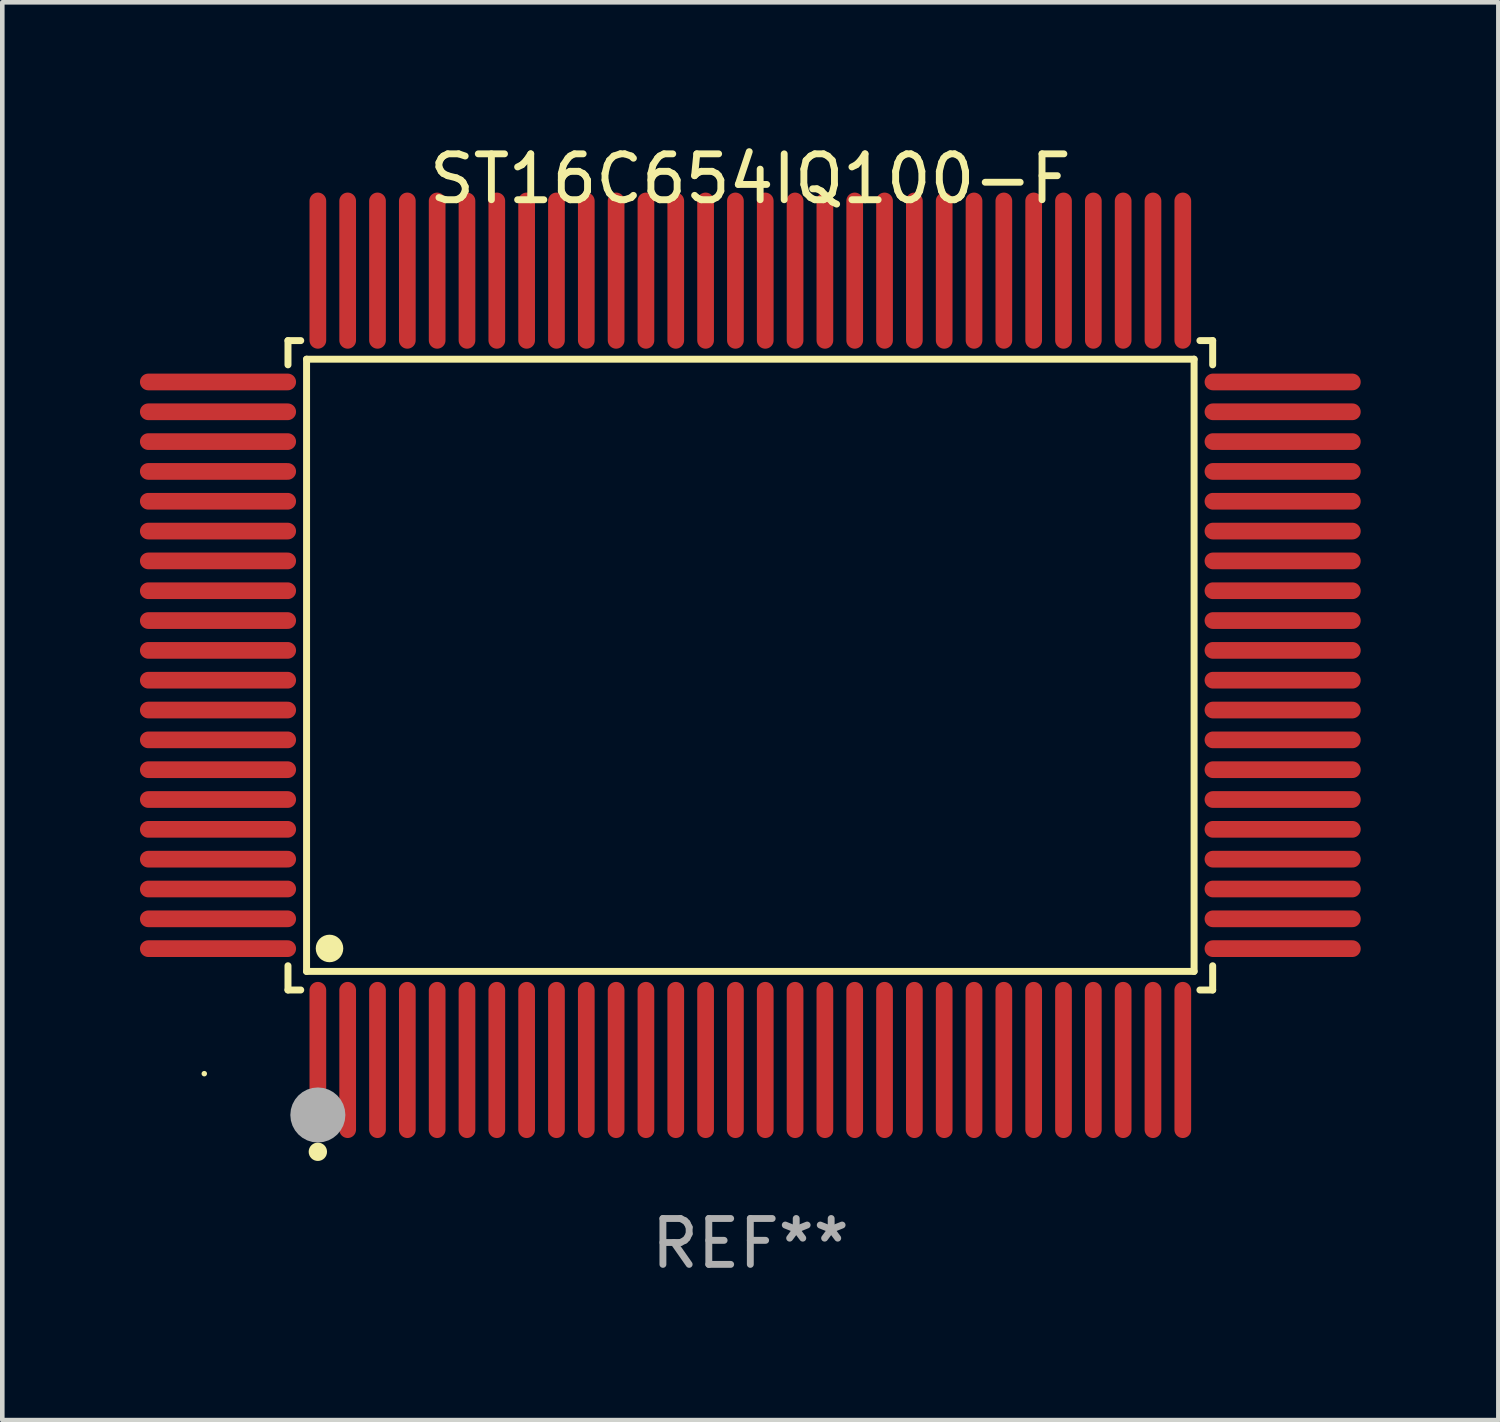
<source format=kicad_pcb>
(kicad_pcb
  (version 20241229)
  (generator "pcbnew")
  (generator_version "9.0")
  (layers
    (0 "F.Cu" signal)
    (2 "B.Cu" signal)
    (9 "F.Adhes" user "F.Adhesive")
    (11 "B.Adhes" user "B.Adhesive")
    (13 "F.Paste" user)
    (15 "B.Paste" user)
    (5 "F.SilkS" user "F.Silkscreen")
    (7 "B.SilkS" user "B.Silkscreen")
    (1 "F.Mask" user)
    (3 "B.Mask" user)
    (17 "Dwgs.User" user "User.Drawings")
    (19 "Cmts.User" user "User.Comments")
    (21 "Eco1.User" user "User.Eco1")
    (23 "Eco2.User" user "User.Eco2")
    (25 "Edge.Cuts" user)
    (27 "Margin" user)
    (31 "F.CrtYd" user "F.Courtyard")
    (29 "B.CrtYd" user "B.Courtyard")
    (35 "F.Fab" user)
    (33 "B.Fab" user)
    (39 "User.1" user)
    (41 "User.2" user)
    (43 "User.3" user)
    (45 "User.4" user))
  (footprint "ST16C654IQ100-F"
    (layer "F.Cu")
    (at 13.302 11.449)
    (property "Reference" "ST16C654IQ100-F" (at 0 -10.601 0) (layer "F.SilkS") (effects (font (size 1 1) (thickness 0.15))))
    (attr through_hole)
    (fp_line (start -10.076 -7.076) (end -9.798 -7.076) (stroke (width 0.152) (type solid)) (layer "F.SilkS"))
    (fp_line (start -10.076 -6.548) (end -10.076 -7.076) (stroke (width 0.152) (type solid)) (layer "F.SilkS"))
    (fp_line (start -10.076 6.548) (end -10.076 7.076) (stroke (width 0.152) (type solid)) (layer "F.SilkS"))
    (fp_line (start -10.076 7.076) (end -9.798 7.076) (stroke (width 0.152) (type solid)) (layer "F.SilkS"))
    (fp_line (start -9.671 -6.671) (end 9.671 -6.671) (stroke (width 0.152) (type solid)) (layer "F.SilkS"))
    (fp_line (start -9.671 6.671) (end -9.671 -6.671) (stroke (width 0.152) (type solid)) (layer "F.SilkS"))
    (fp_line (start 9.671 -6.671) (end 9.671 6.671) (stroke (width 0.152) (type solid)) (layer "F.SilkS"))
    (fp_line (start 9.671 6.671) (end -9.671 6.671) (stroke (width 0.152) (type solid)) (layer "F.SilkS"))
    (fp_line (start 10.076 -7.076) (end 9.798 -7.076) (stroke (width 0.152) (type solid)) (layer "F.SilkS"))
    (fp_line (start 10.076 -6.548) (end 10.076 -7.076) (stroke (width 0.152) (type solid)) (layer "F.SilkS"))
    (fp_line (start 10.076 6.548) (end 10.076 7.076) (stroke (width 0.152) (type solid)) (layer "F.SilkS"))
    (fp_line (start 10.076 7.076) (end 9.798 7.076) (stroke (width 0.152) (type solid)) (layer "F.SilkS"))
    (fp_circle (center -11.9 8.9) (end -11.87 8.9) (stroke (width 0.06) (type solid)) (fill no) (layer "F.SilkS"))
    (fp_circle (center -9.425 10.602) (end -9.325 10.602) (stroke (width 0.2) (type solid)) (fill no) (layer "F.SilkS"))
    (fp_circle (center -9.171 6.171) (end -9.021 6.171) (stroke (width 0.3) (type solid)) (fill no) (layer "F.SilkS"))
    (fp_circle (center -9.425 9.8) (end -9.125 9.8) (stroke (width 0.6) (type solid)) (fill no) (layer "F.Fab"))
    (fp_text user "REF**" (at 0 12.601 0) (layer "F.Fab") (effects (font (size 1 1) (thickness 0.15))))
    (pad "1" smd oval (at -9.425 8.601) (size 0.364 3.402) (layers "F.Cu" "F.Mask" "F.Paste"))
    (pad "2" smd oval (at -8.775 8.601) (size 0.364 3.402) (layers "F.Cu" "F.Mask" "F.Paste"))
    (pad "3" smd oval (at -8.125 8.601) (size 0.364 3.402) (layers "F.Cu" "F.Mask" "F.Paste"))
    (pad "4" smd oval (at -7.475 8.601) (size 0.364 3.402) (layers "F.Cu" "F.Mask" "F.Paste"))
    (pad "5" smd oval (at -6.825 8.601) (size 0.364 3.402) (layers "F.Cu" "F.Mask" "F.Paste"))
    (pad "6" smd oval (at -6.175 8.601) (size 0.364 3.402) (layers "F.Cu" "F.Mask" "F.Paste"))
    (pad "7" smd oval (at -5.525 8.601) (size 0.364 3.402) (layers "F.Cu" "F.Mask" "F.Paste"))
    (pad "8" smd oval (at -4.875 8.601) (size 0.364 3.402) (layers "F.Cu" "F.Mask" "F.Paste"))
    (pad "9" smd oval (at -4.225 8.601) (size 0.364 3.402) (layers "F.Cu" "F.Mask" "F.Paste"))
    (pad "10" smd oval (at -3.575 8.601) (size 0.364 3.402) (layers "F.Cu" "F.Mask" "F.Paste"))
    (pad "11" smd oval (at -2.925 8.601) (size 0.364 3.402) (layers "F.Cu" "F.Mask" "F.Paste"))
    (pad "12" smd oval (at -2.275 8.601) (size 0.364 3.402) (layers "F.Cu" "F.Mask" "F.Paste"))
    (pad "13" smd oval (at -1.625 8.601) (size 0.364 3.402) (layers "F.Cu" "F.Mask" "F.Paste"))
    (pad "14" smd oval (at -0.975 8.601) (size 0.364 3.402) (layers "F.Cu" "F.Mask" "F.Paste"))
    (pad "15" smd oval (at -0.325 8.601) (size 0.364 3.402) (layers "F.Cu" "F.Mask" "F.Paste"))
    (pad "16" smd oval (at 0.325 8.601) (size 0.364 3.402) (layers "F.Cu" "F.Mask" "F.Paste"))
    (pad "17" smd oval (at 0.975 8.601) (size 0.364 3.402) (layers "F.Cu" "F.Mask" "F.Paste"))
    (pad "18" smd oval (at 1.625 8.601) (size 0.364 3.402) (layers "F.Cu" "F.Mask" "F.Paste"))
    (pad "19" smd oval (at 2.275 8.601) (size 0.364 3.402) (layers "F.Cu" "F.Mask" "F.Paste"))
    (pad "20" smd oval (at 2.925 8.601) (size 0.364 3.402) (layers "F.Cu" "F.Mask" "F.Paste"))
    (pad "21" smd oval (at 3.575 8.601) (size 0.364 3.402) (layers "F.Cu" "F.Mask" "F.Paste"))
    (pad "22" smd oval (at 4.225 8.601) (size 0.364 3.402) (layers "F.Cu" "F.Mask" "F.Paste"))
    (pad "23" smd oval (at 4.875 8.601) (size 0.364 3.402) (layers "F.Cu" "F.Mask" "F.Paste"))
    (pad "24" smd oval (at 5.525 8.601) (size 0.364 3.402) (layers "F.Cu" "F.Mask" "F.Paste"))
    (pad "25" smd oval (at 6.175 8.601) (size 0.364 3.402) (layers "F.Cu" "F.Mask" "F.Paste"))
    (pad "26" smd oval (at 6.825 8.601) (size 0.364 3.402) (layers "F.Cu" "F.Mask" "F.Paste"))
    (pad "27" smd oval (at 7.475 8.601) (size 0.364 3.402) (layers "F.Cu" "F.Mask" "F.Paste"))
    (pad "28" smd oval (at 8.125 8.601) (size 0.364 3.402) (layers "F.Cu" "F.Mask" "F.Paste"))
    (pad "29" smd oval (at 8.775 8.601) (size 0.364 3.402) (layers "F.Cu" "F.Mask" "F.Paste"))
    (pad "30" smd oval (at 9.425 8.601) (size 0.364 3.402) (layers "F.Cu" "F.Mask" "F.Paste"))
    (pad "31" smd oval (at 11.601 6.175) (size 3.402 0.364) (layers "F.Cu" "F.Mask" "F.Paste"))
    (pad "32" smd oval (at 11.601 5.525) (size 3.402 0.364) (layers "F.Cu" "F.Mask" "F.Paste"))
    (pad "33" smd oval (at 11.601 4.875) (size 3.402 0.364) (layers "F.Cu" "F.Mask" "F.Paste"))
    (pad "34" smd oval (at 11.601 4.225) (size 3.402 0.364) (layers "F.Cu" "F.Mask" "F.Paste"))
    (pad "35" smd oval (at 11.601 3.575) (size 3.402 0.364) (layers "F.Cu" "F.Mask" "F.Paste"))
    (pad "36" smd oval (at 11.601 2.925) (size 3.402 0.364) (layers "F.Cu" "F.Mask" "F.Paste"))
    (pad "37" smd oval (at 11.601 2.275) (size 3.402 0.364) (layers "F.Cu" "F.Mask" "F.Paste"))
    (pad "38" smd oval (at 11.601 1.625) (size 3.402 0.364) (layers "F.Cu" "F.Mask" "F.Paste"))
    (pad "39" smd oval (at 11.601 0.975) (size 3.402 0.364) (layers "F.Cu" "F.Mask" "F.Paste"))
    (pad "40" smd oval (at 11.601 0.325) (size 3.402 0.364) (layers "F.Cu" "F.Mask" "F.Paste"))
    (pad "41" smd oval (at 11.601 -0.325) (size 3.402 0.364) (layers "F.Cu" "F.Mask" "F.Paste"))
    (pad "42" smd oval (at 11.601 -0.975) (size 3.402 0.364) (layers "F.Cu" "F.Mask" "F.Paste"))
    (pad "43" smd oval (at 11.601 -1.625) (size 3.402 0.364) (layers "F.Cu" "F.Mask" "F.Paste"))
    (pad "44" smd oval (at 11.601 -2.275) (size 3.402 0.364) (layers "F.Cu" "F.Mask" "F.Paste"))
    (pad "45" smd oval (at 11.601 -2.925) (size 3.402 0.364) (layers "F.Cu" "F.Mask" "F.Paste"))
    (pad "46" smd oval (at 11.601 -3.575) (size 3.402 0.364) (layers "F.Cu" "F.Mask" "F.Paste"))
    (pad "47" smd oval (at 11.601 -4.225) (size 3.402 0.364) (layers "F.Cu" "F.Mask" "F.Paste"))
    (pad "48" smd oval (at 11.601 -4.875) (size 3.402 0.364) (layers "F.Cu" "F.Mask" "F.Paste"))
    (pad "49" smd oval (at 11.601 -5.525) (size 3.402 0.364) (layers "F.Cu" "F.Mask" "F.Paste"))
    (pad "50" smd oval (at 11.601 -6.175) (size 3.402 0.364) (layers "F.Cu" "F.Mask" "F.Paste"))
    (pad "51" smd oval (at 9.425 -8.601) (size 0.364 3.402) (layers "F.Cu" "F.Mask" "F.Paste"))
    (pad "52" smd oval (at 8.775 -8.601) (size 0.364 3.402) (layers "F.Cu" "F.Mask" "F.Paste"))
    (pad "53" smd oval (at 8.125 -8.601) (size 0.364 3.402) (layers "F.Cu" "F.Mask" "F.Paste"))
    (pad "54" smd oval (at 7.475 -8.601) (size 0.364 3.402) (layers "F.Cu" "F.Mask" "F.Paste"))
    (pad "55" smd oval (at 6.825 -8.601) (size 0.364 3.402) (layers "F.Cu" "F.Mask" "F.Paste"))
    (pad "56" smd oval (at 6.175 -8.601) (size 0.364 3.402) (layers "F.Cu" "F.Mask" "F.Paste"))
    (pad "57" smd oval (at 5.525 -8.601) (size 0.364 3.402) (layers "F.Cu" "F.Mask" "F.Paste"))
    (pad "58" smd oval (at 4.875 -8.601) (size 0.364 3.402) (layers "F.Cu" "F.Mask" "F.Paste"))
    (pad "59" smd oval (at 4.225 -8.601) (size 0.364 3.402) (layers "F.Cu" "F.Mask" "F.Paste"))
    (pad "60" smd oval (at 3.575 -8.601) (size 0.364 3.402) (layers "F.Cu" "F.Mask" "F.Paste"))
    (pad "61" smd oval (at 2.925 -8.601) (size 0.364 3.402) (layers "F.Cu" "F.Mask" "F.Paste"))
    (pad "62" smd oval (at 2.275 -8.601) (size 0.364 3.402) (layers "F.Cu" "F.Mask" "F.Paste"))
    (pad "63" smd oval (at 1.625 -8.601) (size 0.364 3.402) (layers "F.Cu" "F.Mask" "F.Paste"))
    (pad "64" smd oval (at 0.975 -8.601) (size 0.364 3.402) (layers "F.Cu" "F.Mask" "F.Paste"))
    (pad "65" smd oval (at 0.325 -8.601) (size 0.364 3.402) (layers "F.Cu" "F.Mask" "F.Paste"))
    (pad "66" smd oval (at -0.325 -8.601) (size 0.364 3.402) (layers "F.Cu" "F.Mask" "F.Paste"))
    (pad "67" smd oval (at -0.975 -8.601) (size 0.364 3.402) (layers "F.Cu" "F.Mask" "F.Paste"))
    (pad "68" smd oval (at -1.625 -8.601) (size 0.364 3.402) (layers "F.Cu" "F.Mask" "F.Paste"))
    (pad "69" smd oval (at -2.275 -8.601) (size 0.364 3.402) (layers "F.Cu" "F.Mask" "F.Paste"))
    (pad "70" smd oval (at -2.925 -8.601) (size 0.364 3.402) (layers "F.Cu" "F.Mask" "F.Paste"))
    (pad "71" smd oval (at -3.575 -8.601) (size 0.364 3.402) (layers "F.Cu" "F.Mask" "F.Paste"))
    (pad "72" smd oval (at -4.225 -8.601) (size 0.364 3.402) (layers "F.Cu" "F.Mask" "F.Paste"))
    (pad "73" smd oval (at -4.875 -8.601) (size 0.364 3.402) (layers "F.Cu" "F.Mask" "F.Paste"))
    (pad "74" smd oval (at -5.525 -8.601) (size 0.364 3.402) (layers "F.Cu" "F.Mask" "F.Paste"))
    (pad "75" smd oval (at -6.175 -8.601) (size 0.364 3.402) (layers "F.Cu" "F.Mask" "F.Paste"))
    (pad "76" smd oval (at -6.825 -8.601) (size 0.364 3.402) (layers "F.Cu" "F.Mask" "F.Paste"))
    (pad "77" smd oval (at -7.475 -8.601) (size 0.364 3.402) (layers "F.Cu" "F.Mask" "F.Paste"))
    (pad "78" smd oval (at -8.125 -8.601) (size 0.364 3.402) (layers "F.Cu" "F.Mask" "F.Paste"))
    (pad "79" smd oval (at -8.775 -8.601) (size 0.364 3.402) (layers "F.Cu" "F.Mask" "F.Paste"))
    (pad "80" smd oval (at -9.425 -8.601) (size 0.364 3.402) (layers "F.Cu" "F.Mask" "F.Paste"))
    (pad "81" smd oval (at -11.601 -6.175) (size 3.402 0.364) (layers "F.Cu" "F.Mask" "F.Paste"))
    (pad "82" smd oval (at -11.601 -5.525) (size 3.402 0.364) (layers "F.Cu" "F.Mask" "F.Paste"))
    (pad "83" smd oval (at -11.601 -4.875) (size 3.402 0.364) (layers "F.Cu" "F.Mask" "F.Paste"))
    (pad "84" smd oval (at -11.601 -4.225) (size 3.402 0.364) (layers "F.Cu" "F.Mask" "F.Paste"))
    (pad "85" smd oval (at -11.601 -3.575) (size 3.402 0.364) (layers "F.Cu" "F.Mask" "F.Paste"))
    (pad "86" smd oval (at -11.601 -2.925) (size 3.402 0.364) (layers "F.Cu" "F.Mask" "F.Paste"))
    (pad "87" smd oval (at -11.601 -2.275) (size 3.402 0.364) (layers "F.Cu" "F.Mask" "F.Paste"))
    (pad "88" smd oval (at -11.601 -1.625) (size 3.402 0.364) (layers "F.Cu" "F.Mask" "F.Paste"))
    (pad "89" smd oval (at -11.601 -0.975) (size 3.402 0.364) (layers "F.Cu" "F.Mask" "F.Paste"))
    (pad "90" smd oval (at -11.601 -0.325) (size 3.402 0.364) (layers "F.Cu" "F.Mask" "F.Paste"))
    (pad "91" smd oval (at -11.601 0.325) (size 3.402 0.364) (layers "F.Cu" "F.Mask" "F.Paste"))
    (pad "92" smd oval (at -11.601 0.975) (size 3.402 0.364) (layers "F.Cu" "F.Mask" "F.Paste"))
    (pad "93" smd oval (at -11.601 1.625) (size 3.402 0.364) (layers "F.Cu" "F.Mask" "F.Paste"))
    (pad "94" smd oval (at -11.601 2.275) (size 3.402 0.364) (layers "F.Cu" "F.Mask" "F.Paste"))
    (pad "95" smd oval (at -11.601 2.925) (size 3.402 0.364) (layers "F.Cu" "F.Mask" "F.Paste"))
    (pad "96" smd oval (at -11.601 3.575) (size 3.402 0.364) (layers "F.Cu" "F.Mask" "F.Paste"))
    (pad "97" smd oval (at -11.601 4.225) (size 3.402 0.364) (layers "F.Cu" "F.Mask" "F.Paste"))
    (pad "98" smd oval (at -11.601 4.875) (size 3.402 0.364) (layers "F.Cu" "F.Mask" "F.Paste"))
    (pad "99" smd oval (at -11.601 5.525) (size 3.402 0.364) (layers "F.Cu" "F.Mask" "F.Paste"))
    (pad "100" smd oval (at -11.601 6.175) (size 3.402 0.364) (layers "F.Cu" "F.Mask" "F.Paste")))
  (gr_rect
    (start -3 -3)
    (end 29.604 27.898)
    (stroke (width 0.1) (type default))
    (fill no)
    (layer "Edge.Cuts")))
</source>
